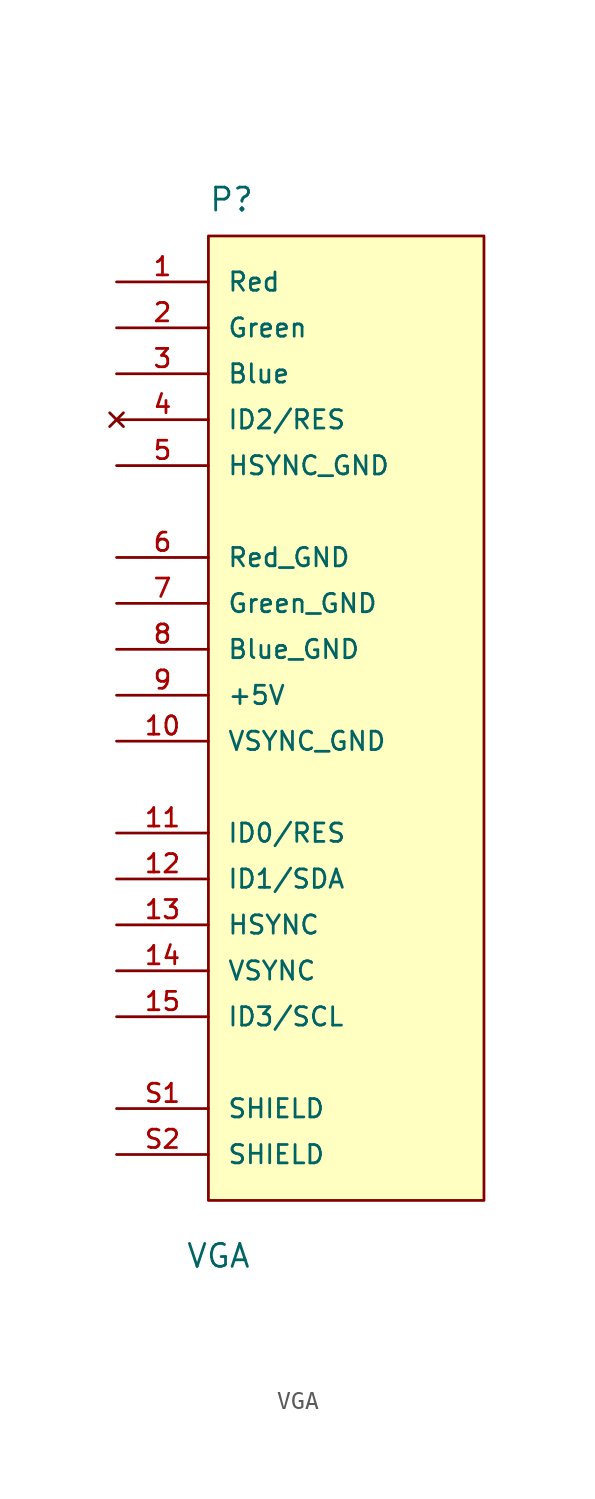
<source format=kicad_sym>
(kicad_symbol_lib
  (version 20220914)
  (generator kicad_symbol_editor)
  (symbol "VGA"
    (pin_names
      (offset 1.016))
    (property "Reference" "P"
      (at -7.62 26.67 0)
      (effects (font (size 1.27 1.27)) (justify left bottom)))
    (property "Value" "VGA"
      (at -8.89 -31.75 0)
      (effects (font (size 1.27 1.27)) (justify left bottom)))
    (symbol "VGA_0_0"
      (rectangle (start -7.62 -27.94) (end 7.62 25.4) (stroke (width 0.152) (type solid)) (fill (type background)))
      (pin passive line (at -12.7 22.86 0) (length 5.08) (name "Red" (effects (font (size 1.016 1.016)))) (number "1" (effects (font (size 1.016 1.016)))))
      (pin passive line (at -12.7 -2.54 0) (length 5.08) (name "VSYNC_GND" (effects (font (size 1.016 1.016)))) (number "10" (effects (font (size 1.016 1.016)))))
      (pin passive line (at -12.7 -7.62 0) (length 5.08) (name "ID0/RES" (effects (font (size 1.016 1.016)))) (number "11" (effects (font (size 1.016 1.016)))))
      (pin passive line (at -12.7 -10.16 0) (length 5.08) (name "ID1/SDA" (effects (font (size 1.016 1.016)))) (number "12" (effects (font (size 1.016 1.016)))))
      (pin passive line (at -12.7 -12.7 0) (length 5.08) (name "HSYNC" (effects (font (size 1.016 1.016)))) (number "13" (effects (font (size 1.016 1.016)))))
      (pin passive line (at -12.7 -15.24 0) (length 5.08) (name "VSYNC" (effects (font (size 1.016 1.016)))) (number "14" (effects (font (size 1.016 1.016)))))
      (pin passive line (at -12.7 -17.78 0) (length 5.08) (name "ID3/SCL" (effects (font (size 1.016 1.016)))) (number "15" (effects (font (size 1.016 1.016)))))
      (pin passive line (at -12.7 20.32 0) (length 5.08) (name "Green" (effects (font (size 1.016 1.016)))) (number "2" (effects (font (size 1.016 1.016)))))
      (pin passive line (at -12.7 17.78 0) (length 5.08) (name "Blue" (effects (font (size 1.016 1.016)))) (number "3" (effects (font (size 1.016 1.016)))))
      (pin no_connect line (at -12.7 15.24 0) (length 5.08) (name "ID2/RES" (effects (font (size 1.016 1.016)))) (number "4" (effects (font (size 1.016 1.016)))))
      (pin passive line (at -12.7 12.7 0) (length 5.08) (name "HSYNC_GND" (effects (font (size 1.016 1.016)))) (number "5" (effects (font (size 1.016 1.016)))))
      (pin passive line (at -12.7 7.62 0) (length 5.08) (name "Red_GND" (effects (font (size 1.016 1.016)))) (number "6" (effects (font (size 1.016 1.016)))))
      (pin passive line (at -12.7 5.08 0) (length 5.08) (name "Green_GND" (effects (font (size 1.016 1.016)))) (number "7" (effects (font (size 1.016 1.016)))))
      (pin passive line (at -12.7 2.54 0) (length 5.08) (name "Blue_GND" (effects (font (size 1.016 1.016)))) (number "8" (effects (font (size 1.016 1.016)))))
      (pin passive line (at -12.7 0 0) (length 5.08) (name "+5V" (effects (font (size 1.016 1.016)))) (number "9" (effects (font (size 1.016 1.016)))))
      (pin passive line (at -12.7 -22.86 0) (length 5.08) (name "SHIELD" (effects (font (size 1.016 1.016)))) (number "S1" (effects (font (size 1.016 1.016)))))
      (pin passive line (at -12.7 -25.4 0) (length 5.08) (name "SHIELD" (effects (font (size 1.016 1.016)))) (number "S2" (effects (font (size 1.016 1.016))))))))
</source>
